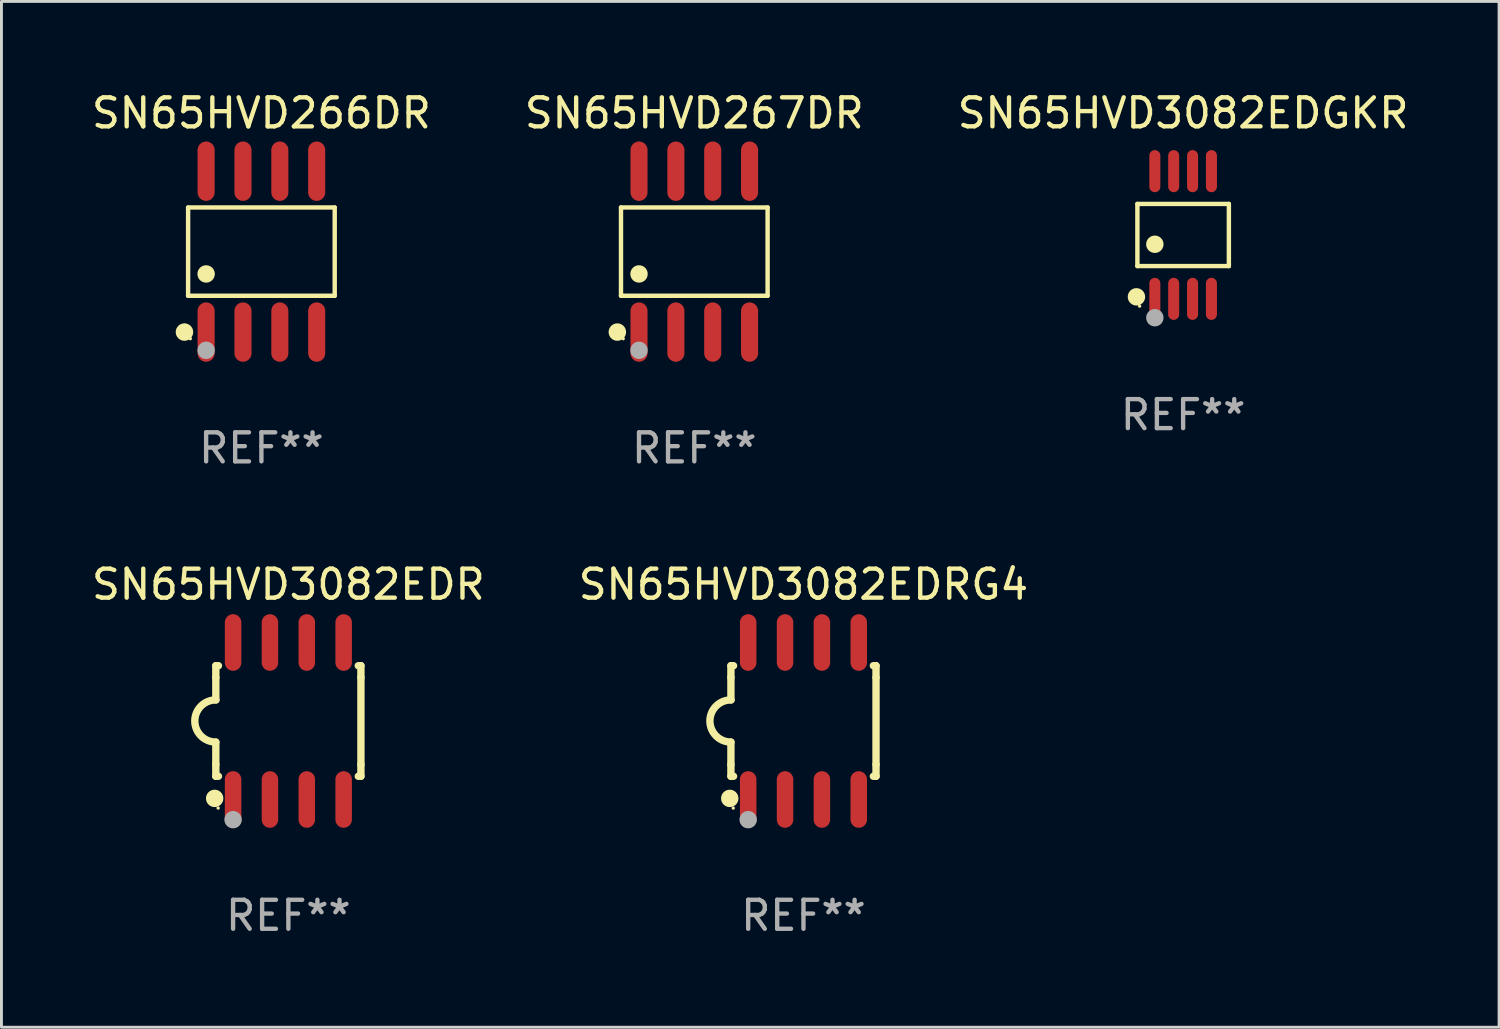
<source format=kicad_pcb>
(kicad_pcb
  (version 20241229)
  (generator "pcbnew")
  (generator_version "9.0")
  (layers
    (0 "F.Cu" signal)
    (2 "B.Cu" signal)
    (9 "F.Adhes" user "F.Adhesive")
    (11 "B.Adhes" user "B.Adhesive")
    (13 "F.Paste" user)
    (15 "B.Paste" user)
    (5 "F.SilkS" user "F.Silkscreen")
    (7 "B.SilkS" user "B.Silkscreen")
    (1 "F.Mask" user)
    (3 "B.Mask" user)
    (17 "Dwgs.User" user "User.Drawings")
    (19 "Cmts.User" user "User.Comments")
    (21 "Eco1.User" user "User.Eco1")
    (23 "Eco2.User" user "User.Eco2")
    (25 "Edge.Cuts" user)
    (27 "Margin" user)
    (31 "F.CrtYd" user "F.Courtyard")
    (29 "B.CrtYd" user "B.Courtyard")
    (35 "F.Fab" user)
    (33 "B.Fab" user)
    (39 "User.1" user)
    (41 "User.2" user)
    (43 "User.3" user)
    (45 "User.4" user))
  (footprint "SN65HVD3082EDRG4"
    (layer "F.Cu")
    (at 24.637 21.795)
    (property "Reference" "SN65HVD3082EDRG4" (at 0 -4.705 0) (layer "F.SilkS") (effects (font (size 1 1) (thickness 0.15))))
    (attr through_hole)
    (fp_line (start -2.5 -1.905) (end -2.409 -1.905) (stroke (width 0.254) (type solid)) (layer "F.SilkS"))
    (fp_line (start -2.5 -1.5) (end -2.5 -1.905) (stroke (width 0.254) (type solid)) (layer "F.SilkS"))
    (fp_line (start -2.5 -1.5) (end -2.5 -0.726) (stroke (width 0.254) (type solid)) (layer "F.SilkS"))
    (fp_line (start -2.5 1.5) (end -2.5 0.727) (stroke (width 0.254) (type solid)) (layer "F.SilkS"))
    (fp_line (start -2.5 1.5) (end -2.5 1.905) (stroke (width 0.254) (type solid)) (layer "F.SilkS"))
    (fp_line (start -2.5 1.905) (end -2.409 1.905) (stroke (width 0.254) (type solid)) (layer "F.SilkS"))
    (fp_line (start 2.5 -1.905) (end 2.409 -1.905) (stroke (width 0.254) (type solid)) (layer "F.SilkS"))
    (fp_line (start 2.5 -1.5) (end 2.5 -1.905) (stroke (width 0.254) (type solid)) (layer "F.SilkS"))
    (fp_line (start 2.5 -1.5) (end 2.5 1.5) (stroke (width 0.254) (type solid)) (layer "F.SilkS"))
    (fp_line (start 2.5 1.5) (end 2.5 1.905) (stroke (width 0.254) (type solid)) (layer "F.SilkS"))
    (fp_line (start 2.5 1.905) (end 2.409 1.905) (stroke (width 0.254) (type solid)) (layer "F.SilkS"))
    (fp_arc (start -2.5 0.726568) (mid -3.220316 -0.0023) (end -2.495097 -0.726289) (stroke (width 0.254001) (type solid)) (layer "F.SilkS"))
    (fp_circle (center -2.54 2.667) (end -2.39 2.667) (stroke (width 0.3) (type solid)) (fill no) (layer "F.SilkS"))
    (fp_circle (center -2.42 3) (end -2.39 3) (stroke (width 0.06) (type solid)) (fill no) (layer "F.SilkS"))
    (fp_circle (center -1.905 3.4) (end -1.755 3.4) (stroke (width 0.3) (type solid)) (fill no) (layer "F.Fab"))
    (fp_text user "REF**" (at 0 6.705 0) (layer "F.Fab") (effects (font (size 1 1) (thickness 0.15))))
    (pad "1" smd oval (at -1.905 2.705) (size 0.568 1.95) (layers "F.Cu" "F.Mask" "F.Paste"))
    (pad "2" smd oval (at -0.635 2.705) (size 0.568 1.95) (layers "F.Cu" "F.Mask" "F.Paste"))
    (pad "3" smd oval (at 0.635 2.705) (size 0.568 1.95) (layers "F.Cu" "F.Mask" "F.Paste"))
    (pad "4" smd oval (at 1.905 2.705) (size 0.568 1.95) (layers "F.Cu" "F.Mask" "F.Paste"))
    (pad "5" smd oval (at 1.905 -2.705) (size 0.568 1.95) (layers "F.Cu" "F.Mask" "F.Paste"))
    (pad "6" smd oval (at 0.635 -2.705) (size 0.568 1.95) (layers "F.Cu" "F.Mask" "F.Paste"))
    (pad "7" smd oval (at -0.635 -2.705) (size 0.568 1.95) (layers "F.Cu" "F.Mask" "F.Paste"))
    (pad "8" smd oval (at -1.905 -2.705) (size 0.568 1.95) (layers "F.Cu" "F.Mask" "F.Paste")))
  (footprint "SN65HVD3082EDR"
    (layer "F.Cu")
    (at 6.887 21.795)
    (property "Reference" "SN65HVD3082EDR" (at 0 -4.705 0) (layer "F.SilkS") (effects (font (size 1 1) (thickness 0.15))))
    (attr through_hole)
    (fp_line (start -2.5 -1.905) (end -2.409 -1.905) (stroke (width 0.254) (type solid)) (layer "F.SilkS"))
    (fp_line (start -2.5 -1.5) (end -2.5 -1.905) (stroke (width 0.254) (type solid)) (layer "F.SilkS"))
    (fp_line (start -2.5 -1.5) (end -2.5 -0.726) (stroke (width 0.254) (type solid)) (layer "F.SilkS"))
    (fp_line (start -2.5 1.5) (end -2.5 0.727) (stroke (width 0.254) (type solid)) (layer "F.SilkS"))
    (fp_line (start -2.5 1.5) (end -2.5 1.905) (stroke (width 0.254) (type solid)) (layer "F.SilkS"))
    (fp_line (start -2.5 1.905) (end -2.409 1.905) (stroke (width 0.254) (type solid)) (layer "F.SilkS"))
    (fp_line (start 2.5 -1.905) (end 2.409 -1.905) (stroke (width 0.254) (type solid)) (layer "F.SilkS"))
    (fp_line (start 2.5 -1.5) (end 2.5 -1.905) (stroke (width 0.254) (type solid)) (layer "F.SilkS"))
    (fp_line (start 2.5 -1.5) (end 2.5 1.5) (stroke (width 0.254) (type solid)) (layer "F.SilkS"))
    (fp_line (start 2.5 1.5) (end 2.5 1.905) (stroke (width 0.254) (type solid)) (layer "F.SilkS"))
    (fp_line (start 2.5 1.905) (end 2.409 1.905) (stroke (width 0.254) (type solid)) (layer "F.SilkS"))
    (fp_arc (start -2.5 0.726568) (mid -3.220316 -0.0023) (end -2.495097 -0.726289) (stroke (width 0.254001) (type solid)) (layer "F.SilkS"))
    (fp_circle (center -2.54 2.667) (end -2.39 2.667) (stroke (width 0.3) (type solid)) (fill no) (layer "F.SilkS"))
    (fp_circle (center -2.42 3) (end -2.39 3) (stroke (width 0.06) (type solid)) (fill no) (layer "F.SilkS"))
    (fp_circle (center -1.905 3.4) (end -1.755 3.4) (stroke (width 0.3) (type solid)) (fill no) (layer "F.Fab"))
    (fp_text user "REF**" (at 0 6.705 0) (layer "F.Fab") (effects (font (size 1 1) (thickness 0.15))))
    (pad "1" smd oval (at -1.905 2.705) (size 0.568 1.95) (layers "F.Cu" "F.Mask" "F.Paste"))
    (pad "2" smd oval (at -0.635 2.705) (size 0.568 1.95) (layers "F.Cu" "F.Mask" "F.Paste"))
    (pad "3" smd oval (at 0.635 2.705) (size 0.568 1.95) (layers "F.Cu" "F.Mask" "F.Paste"))
    (pad "4" smd oval (at 1.905 2.705) (size 0.568 1.95) (layers "F.Cu" "F.Mask" "F.Paste"))
    (pad "5" smd oval (at 1.905 -2.705) (size 0.568 1.95) (layers "F.Cu" "F.Mask" "F.Paste"))
    (pad "6" smd oval (at 0.635 -2.705) (size 0.568 1.95) (layers "F.Cu" "F.Mask" "F.Paste"))
    (pad "7" smd oval (at -0.635 -2.705) (size 0.568 1.95) (layers "F.Cu" "F.Mask" "F.Paste"))
    (pad "8" smd oval (at -1.905 -2.705) (size 0.568 1.95) (layers "F.Cu" "F.Mask" "F.Paste")))
  (footprint "SN65HVD267DR"
    (layer "F.Cu")
    (at 20.875 5.621)
    (property "Reference" "SN65HVD267DR" (at 0 -4.772 0) (layer "F.SilkS") (effects (font (size 1 1) (thickness 0.15))))
    (attr through_hole)
    (fp_line (start -2.526 -1.521) (end 2.526 -1.521) (stroke (width 0.152) (type solid)) (layer "F.SilkS"))
    (fp_line (start -2.526 1.521) (end -2.526 -1.521) (stroke (width 0.152) (type solid)) (layer "F.SilkS"))
    (fp_line (start 2.526 -1.521) (end 2.526 1.521) (stroke (width 0.152) (type solid)) (layer "F.SilkS"))
    (fp_line (start 2.526 1.521) (end -2.526 1.521) (stroke (width 0.152) (type solid)) (layer "F.SilkS"))
    (fp_circle (center -2.652 2.772) (end -2.501 2.772) (stroke (width 0.3) (type solid)) (fill no) (layer "F.SilkS"))
    (fp_circle (center -2.45 3) (end -2.42 3) (stroke (width 0.06) (type solid)) (fill no) (layer "F.SilkS"))
    (fp_circle (center -1.905 0.769) (end -1.755 0.769) (stroke (width 0.3) (type solid)) (fill no) (layer "F.SilkS"))
    (fp_circle (center -1.905 3.4) (end -1.755 3.4) (stroke (width 0.3) (type solid)) (fill no) (layer "F.Fab"))
    (fp_text user "REF**" (at 0 6.772 0) (layer "F.Fab") (effects (font (size 1 1) (thickness 0.15))))
    (pad "1" smd oval (at -1.905 2.772) (size 0.588 2.045) (layers "F.Cu" "F.Mask" "F.Paste"))
    (pad "2" smd oval (at -0.635 2.772) (size 0.588 2.045) (layers "F.Cu" "F.Mask" "F.Paste"))
    (pad "3" smd oval (at 0.635 2.772) (size 0.588 2.045) (layers "F.Cu" "F.Mask" "F.Paste"))
    (pad "4" smd oval (at 1.905 2.772) (size 0.588 2.045) (layers "F.Cu" "F.Mask" "F.Paste"))
    (pad "5" smd oval (at 1.905 -2.772) (size 0.588 2.045) (layers "F.Cu" "F.Mask" "F.Paste"))
    (pad "6" smd oval (at 0.635 -2.772) (size 0.588 2.045) (layers "F.Cu" "F.Mask" "F.Paste"))
    (pad "7" smd oval (at -0.635 -2.772) (size 0.588 2.045) (layers "F.Cu" "F.Mask" "F.Paste"))
    (pad "8" smd oval (at -1.905 -2.772) (size 0.588 2.045) (layers "F.Cu" "F.Mask" "F.Paste")))
  (footprint "SN65HVD3082EDGKR"
    (layer "F.Cu")
    (at 37.72 5.048)
    (property "Reference" "SN65HVD3082EDGKR" (at 0 -4.2 0) (layer "F.SilkS") (effects (font (size 1 1) (thickness 0.15))))
    (attr through_hole)
    (fp_line (start -1.576 -1.071) (end 1.576 -1.071) (stroke (width 0.152) (type solid)) (layer "F.SilkS"))
    (fp_line (start -1.576 1.071) (end -1.576 -1.071) (stroke (width 0.152) (type solid)) (layer "F.SilkS"))
    (fp_line (start 1.576 -1.071) (end 1.576 1.071) (stroke (width 0.152) (type solid)) (layer "F.SilkS"))
    (fp_line (start 1.576 1.071) (end -1.576 1.071) (stroke (width 0.152) (type solid)) (layer "F.SilkS"))
    (fp_circle (center -1.609 2.131) (end -1.459 2.131) (stroke (width 0.3) (type solid)) (fill no) (layer "F.SilkS"))
    (fp_circle (center -1.5 2.45) (end -1.47 2.45) (stroke (width 0.06) (type solid)) (fill no) (layer "F.SilkS"))
    (fp_circle (center -0.975 0.319) (end -0.825 0.319) (stroke (width 0.3) (type solid)) (fill no) (layer "F.SilkS"))
    (fp_circle (center -0.975 2.85) (end -0.825 2.85) (stroke (width 0.3) (type solid)) (fill no) (layer "F.Fab"))
    (fp_text user "REF**" (at 0 6.2 0) (layer "F.Fab") (effects (font (size 1 1) (thickness 0.15))))
    (pad "1" smd oval (at -0.975 2.2) (size 0.38 1.45) (layers "F.Cu" "F.Mask" "F.Paste"))
    (pad "2" smd oval (at -0.325 2.2) (size 0.38 1.45) (layers "F.Cu" "F.Mask" "F.Paste"))
    (pad "3" smd oval (at 0.325 2.2) (size 0.38 1.45) (layers "F.Cu" "F.Mask" "F.Paste"))
    (pad "4" smd oval (at 0.975 2.2) (size 0.38 1.45) (layers "F.Cu" "F.Mask" "F.Paste"))
    (pad "5" smd oval (at 0.975 -2.2) (size 0.38 1.45) (layers "F.Cu" "F.Mask" "F.Paste"))
    (pad "6" smd oval (at 0.325 -2.2) (size 0.38 1.45) (layers "F.Cu" "F.Mask" "F.Paste"))
    (pad "7" smd oval (at -0.325 -2.2) (size 0.38 1.45) (layers "F.Cu" "F.Mask" "F.Paste"))
    (pad "8" smd oval (at -0.975 -2.2) (size 0.38 1.45) (layers "F.Cu" "F.Mask" "F.Paste")))
  (footprint "SN65HVD266DR"
    (layer "F.Cu")
    (at 5.958 5.621)
    (property "Reference" "SN65HVD266DR" (at 0 -4.772 0) (layer "F.SilkS") (effects (font (size 1 1) (thickness 0.15))))
    (attr through_hole)
    (fp_line (start -2.526 -1.521) (end 2.526 -1.521) (stroke (width 0.152) (type solid)) (layer "F.SilkS"))
    (fp_line (start -2.526 1.521) (end -2.526 -1.521) (stroke (width 0.152) (type solid)) (layer "F.SilkS"))
    (fp_line (start 2.526 -1.521) (end 2.526 1.521) (stroke (width 0.152) (type solid)) (layer "F.SilkS"))
    (fp_line (start 2.526 1.521) (end -2.526 1.521) (stroke (width 0.152) (type solid)) (layer "F.SilkS"))
    (fp_circle (center -2.652 2.772) (end -2.501 2.772) (stroke (width 0.3) (type solid)) (fill no) (layer "F.SilkS"))
    (fp_circle (center -2.45 3) (end -2.42 3) (stroke (width 0.06) (type solid)) (fill no) (layer "F.SilkS"))
    (fp_circle (center -1.905 0.769) (end -1.755 0.769) (stroke (width 0.3) (type solid)) (fill no) (layer "F.SilkS"))
    (fp_circle (center -1.905 3.4) (end -1.755 3.4) (stroke (width 0.3) (type solid)) (fill no) (layer "F.Fab"))
    (fp_text user "REF**" (at 0 6.772 0) (layer "F.Fab") (effects (font (size 1 1) (thickness 0.15))))
    (pad "1" smd oval (at -1.905 2.772) (size 0.588 2.045) (layers "F.Cu" "F.Mask" "F.Paste"))
    (pad "2" smd oval (at -0.635 2.772) (size 0.588 2.045) (layers "F.Cu" "F.Mask" "F.Paste"))
    (pad "3" smd oval (at 0.635 2.772) (size 0.588 2.045) (layers "F.Cu" "F.Mask" "F.Paste"))
    (pad "4" smd oval (at 1.905 2.772) (size 0.588 2.045) (layers "F.Cu" "F.Mask" "F.Paste"))
    (pad "5" smd oval (at 1.905 -2.772) (size 0.588 2.045) (layers "F.Cu" "F.Mask" "F.Paste"))
    (pad "6" smd oval (at 0.635 -2.772) (size 0.588 2.045) (layers "F.Cu" "F.Mask" "F.Paste"))
    (pad "7" smd oval (at -0.635 -2.772) (size 0.588 2.045) (layers "F.Cu" "F.Mask" "F.Paste"))
    (pad "8" smd oval (at -1.905 -2.772) (size 0.588 2.045) (layers "F.Cu" "F.Mask" "F.Paste")))
  (gr_rect
    (start -3 -3)
    (end 48.607 32.348)
    (stroke (width 0.1) (type default))
    (fill no)
    (layer "Edge.Cuts")))
</source>
